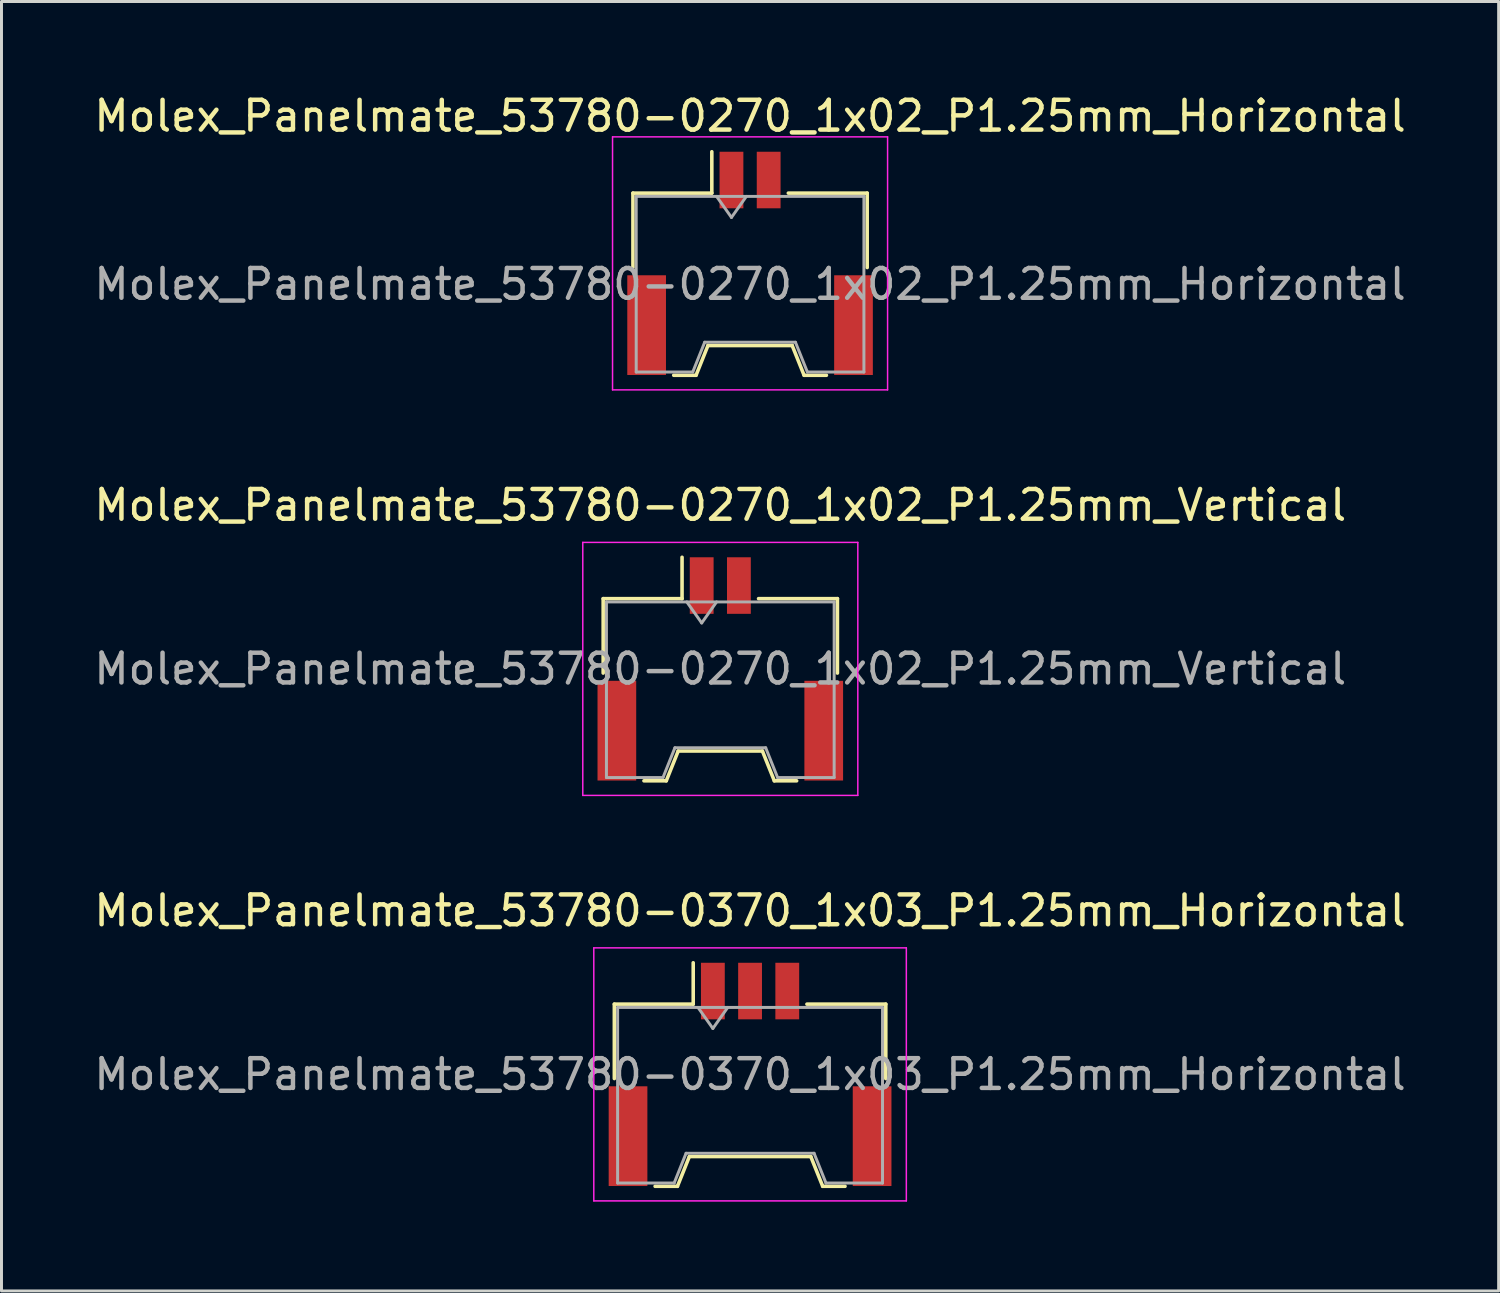
<source format=kicad_pcb>
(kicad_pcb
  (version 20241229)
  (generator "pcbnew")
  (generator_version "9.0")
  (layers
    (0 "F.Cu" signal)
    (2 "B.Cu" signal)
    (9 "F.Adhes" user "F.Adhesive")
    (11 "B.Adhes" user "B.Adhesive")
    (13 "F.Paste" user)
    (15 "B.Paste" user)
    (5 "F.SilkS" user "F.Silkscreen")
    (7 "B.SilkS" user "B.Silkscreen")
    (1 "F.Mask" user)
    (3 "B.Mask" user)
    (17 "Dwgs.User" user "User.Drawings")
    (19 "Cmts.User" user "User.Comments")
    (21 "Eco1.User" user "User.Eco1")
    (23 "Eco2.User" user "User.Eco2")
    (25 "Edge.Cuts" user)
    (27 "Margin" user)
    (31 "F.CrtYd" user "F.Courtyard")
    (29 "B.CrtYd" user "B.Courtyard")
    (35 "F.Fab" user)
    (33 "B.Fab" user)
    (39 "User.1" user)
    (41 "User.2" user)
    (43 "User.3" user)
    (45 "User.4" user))
  (footprint "Molex_Panelmate_53780-0270_1x02_P1.25mm_Horizontal"
    (layer "F.Cu")
    (at 22.149 5.798)
    (property "Reference" "Molex_Panelmate_53780-0270_1x02_P1.25mm_Horizontal" (at 0 -4.95 0) (layer "F.SilkS") (effects (font (size 1 1) (thickness 0.15))))
    (attr smd)
    (fp_line (start -3.935 -2.36) (end -1.285 -2.36) (stroke (width 0.12) (type solid)) (layer "F.SilkS"))
    (fp_line (start -3.935 0.14) (end -3.935 -2.36) (stroke (width 0.12) (type solid)) (layer "F.SilkS"))
    (fp_line (start -2.565 3.76) (end -1.815 3.76) (stroke (width 0.12) (type solid)) (layer "F.SilkS"))
    (fp_line (start -1.815 3.76) (end -1.415 2.76) (stroke (width 0.12) (type solid)) (layer "F.SilkS"))
    (fp_line (start -1.415 2.76) (end 1.415 2.76) (stroke (width 0.12) (type solid)) (layer "F.SilkS"))
    (fp_line (start -1.285 -2.36) (end -1.285 -3.75) (stroke (width 0.12) (type solid)) (layer "F.SilkS"))
    (fp_line (start 1.415 2.76) (end 1.815 3.76) (stroke (width 0.12) (type solid)) (layer "F.SilkS"))
    (fp_line (start 1.815 3.76) (end 2.565 3.76) (stroke (width 0.12) (type solid)) (layer "F.SilkS"))
    (fp_line (start 3.935 -2.36) (end 1.285 -2.36) (stroke (width 0.12) (type solid)) (layer "F.SilkS"))
    (fp_line (start 3.935 0.14) (end 3.935 -2.36) (stroke (width 0.12) (type solid)) (layer "F.SilkS"))
    (fp_line (start -4.62 -4.25) (end -4.62 4.25) (stroke (width 0.05) (type solid)) (layer "F.CrtYd"))
    (fp_line (start -4.62 4.25) (end 4.62 4.25) (stroke (width 0.05) (type solid)) (layer "F.CrtYd"))
    (fp_line (start 4.62 -4.25) (end -4.62 -4.25) (stroke (width 0.05) (type solid)) (layer "F.CrtYd"))
    (fp_line (start 4.62 4.25) (end 4.62 -4.25) (stroke (width 0.05) (type solid)) (layer "F.CrtYd"))
    (fp_line (start -3.825 -2.25) (end -3.825 3.65) (stroke (width 0.1) (type solid)) (layer "F.Fab"))
    (fp_line (start -3.825 -2.25) (end 3.825 -2.25) (stroke (width 0.1) (type solid)) (layer "F.Fab"))
    (fp_line (start -3.825 3.65) (end -1.925 3.65) (stroke (width 0.1) (type solid)) (layer "F.Fab"))
    (fp_line (start -1.925 3.65) (end -1.525 2.65) (stroke (width 0.1) (type solid)) (layer "F.Fab"))
    (fp_line (start -1.525 2.65) (end 1.525 2.65) (stroke (width 0.1) (type solid)) (layer "F.Fab"))
    (fp_line (start -1.125 -2.25) (end -0.625 -1.543) (stroke (width 0.1) (type solid)) (layer "F.Fab"))
    (fp_line (start -0.625 -1.543) (end -0.125 -2.25) (stroke (width 0.1) (type solid)) (layer "F.Fab"))
    (fp_line (start 1.525 2.65) (end 1.925 3.65) (stroke (width 0.1) (type solid)) (layer "F.Fab"))
    (fp_line (start 1.925 3.65) (end 3.825 3.65) (stroke (width 0.1) (type solid)) (layer "F.Fab"))
    (fp_line (start 3.825 -2.25) (end 3.825 3.65) (stroke (width 0.1) (type solid)) (layer "F.Fab"))
    (fp_text user "${REFERENCE}" (at 0 0.7 0) (layer "F.Fab") (effects (font (size 1 1) (thickness 0.15))))
    (pad "" smd rect (at -3.475 2.075) (size 1.3 3.35) (layers "F.Cu" "F.Mask" "F.Paste"))
    (pad "" smd rect (at 3.475 2.075) (size 1.3 3.35) (layers "F.Cu" "F.Mask" "F.Paste"))
    (pad "1" smd rect (at -0.625 -2.8) (size 0.8 1.9) (layers "F.Cu" "F.Mask" "F.Paste"))
    (pad "2" smd rect (at 0.625 -2.8) (size 0.8 1.9) (layers "F.Cu" "F.Mask" "F.Paste")))
  (footprint "Molex_Panelmate_53780-0270_1x02_P1.25mm_Vertical"
    (layer "F.Cu")
    (at 21.149 19.422)
    (property "Reference" "Molex_Panelmate_53780-0270_1x02_P1.25mm_Vertical" (at 0 -5.5 0) (layer "F.SilkS") (effects (font (size 1 1) (thickness 0.15))))
    (attr smd)
    (fp_line (start -3.935 -2.36) (end -1.285 -2.36) (stroke (width 0.12) (type solid)) (layer "F.SilkS"))
    (fp_line (start -3.935 0.14) (end -3.935 -2.36) (stroke (width 0.12) (type solid)) (layer "F.SilkS"))
    (fp_line (start -2.565 3.76) (end -1.815 3.76) (stroke (width 0.12) (type solid)) (layer "F.SilkS"))
    (fp_line (start -1.815 3.76) (end -1.415 2.76) (stroke (width 0.12) (type solid)) (layer "F.SilkS"))
    (fp_line (start -1.415 2.76) (end 1.415 2.76) (stroke (width 0.12) (type solid)) (layer "F.SilkS"))
    (fp_line (start -1.285 -2.36) (end -1.285 -3.75) (stroke (width 0.12) (type solid)) (layer "F.SilkS"))
    (fp_line (start 1.415 2.76) (end 1.815 3.76) (stroke (width 0.12) (type solid)) (layer "F.SilkS"))
    (fp_line (start 1.815 3.76) (end 2.565 3.76) (stroke (width 0.12) (type solid)) (layer "F.SilkS"))
    (fp_line (start 3.935 -2.36) (end 1.285 -2.36) (stroke (width 0.12) (type solid)) (layer "F.SilkS"))
    (fp_line (start 3.935 0.14) (end 3.935 -2.36) (stroke (width 0.12) (type solid)) (layer "F.SilkS"))
    (fp_line (start -4.62 -4.25) (end -4.62 4.25) (stroke (width 0.05) (type solid)) (layer "F.CrtYd"))
    (fp_line (start -4.62 4.25) (end 4.62 4.25) (stroke (width 0.05) (type solid)) (layer "F.CrtYd"))
    (fp_line (start 4.62 -4.25) (end -4.62 -4.25) (stroke (width 0.05) (type solid)) (layer "F.CrtYd"))
    (fp_line (start 4.62 4.25) (end 4.62 -4.25) (stroke (width 0.05) (type solid)) (layer "F.CrtYd"))
    (fp_line (start -3.825 -2.25) (end -3.825 3.65) (stroke (width 0.1) (type solid)) (layer "F.Fab"))
    (fp_line (start -3.825 -2.25) (end 3.825 -2.25) (stroke (width 0.1) (type solid)) (layer "F.Fab"))
    (fp_line (start -3.825 3.65) (end -1.925 3.65) (stroke (width 0.1) (type solid)) (layer "F.Fab"))
    (fp_line (start -1.925 3.65) (end -1.525 2.65) (stroke (width 0.1) (type solid)) (layer "F.Fab"))
    (fp_line (start -1.525 2.65) (end 1.525 2.65) (stroke (width 0.1) (type solid)) (layer "F.Fab"))
    (fp_line (start -1.125 -2.25) (end -0.625 -1.543) (stroke (width 0.1) (type solid)) (layer "F.Fab"))
    (fp_line (start -0.625 -1.543) (end -0.125 -2.25) (stroke (width 0.1) (type solid)) (layer "F.Fab"))
    (fp_line (start 1.525 2.65) (end 1.925 3.65) (stroke (width 0.1) (type solid)) (layer "F.Fab"))
    (fp_line (start 1.925 3.65) (end 3.825 3.65) (stroke (width 0.1) (type solid)) (layer "F.Fab"))
    (fp_line (start 3.825 -2.25) (end 3.825 3.65) (stroke (width 0.1) (type solid)) (layer "F.Fab"))
    (fp_text user "${REFERENCE}" (at 0 0 0) (layer "F.Fab") (effects (font (size 1 1) (thickness 0.15))))
    (pad "" smd rect (at -3.475 2.075) (size 1.3 3.35) (layers "F.Cu" "F.Mask" "F.Paste"))
    (pad "" smd rect (at 3.475 2.075) (size 1.3 3.35) (layers "F.Cu" "F.Mask" "F.Paste"))
    (pad "1" smd rect (at -0.625 -2.8) (size 0.8 1.9) (layers "F.Cu" "F.Mask" "F.Paste"))
    (pad "2" smd rect (at 0.625 -2.8) (size 0.8 1.9) (layers "F.Cu" "F.Mask" "F.Paste")))
  (footprint "Molex_Panelmate_53780-0370_1x03_P1.25mm_Horizontal"
    (layer "F.Cu")
    (at 22.149 33.045)
    (property "Reference" "Molex_Panelmate_53780-0370_1x03_P1.25mm_Horizontal" (at 0 -5.5 0) (layer "F.SilkS") (effects (font (size 1 1) (thickness 0.15))))
    (attr smd)
    (fp_line (start -4.56 -2.36) (end -1.91 -2.36) (stroke (width 0.12) (type solid)) (layer "F.SilkS"))
    (fp_line (start -4.56 0.14) (end -4.56 -2.36) (stroke (width 0.12) (type solid)) (layer "F.SilkS"))
    (fp_line (start -3.19 3.76) (end -2.44 3.76) (stroke (width 0.12) (type solid)) (layer "F.SilkS"))
    (fp_line (start -2.44 3.76) (end -2.04 2.76) (stroke (width 0.12) (type solid)) (layer "F.SilkS"))
    (fp_line (start -2.04 2.76) (end 2.04 2.76) (stroke (width 0.12) (type solid)) (layer "F.SilkS"))
    (fp_line (start -1.91 -2.36) (end -1.91 -3.75) (stroke (width 0.12) (type solid)) (layer "F.SilkS"))
    (fp_line (start 2.04 2.76) (end 2.44 3.76) (stroke (width 0.12) (type solid)) (layer "F.SilkS"))
    (fp_line (start 2.44 3.76) (end 3.19 3.76) (stroke (width 0.12) (type solid)) (layer "F.SilkS"))
    (fp_line (start 4.56 -2.36) (end 1.91 -2.36) (stroke (width 0.12) (type solid)) (layer "F.SilkS"))
    (fp_line (start 4.56 0.14) (end 4.56 -2.36) (stroke (width 0.12) (type solid)) (layer "F.SilkS"))
    (fp_line (start -5.25 -4.25) (end -5.25 4.25) (stroke (width 0.05) (type solid)) (layer "F.CrtYd"))
    (fp_line (start -5.25 4.25) (end 5.25 4.25) (stroke (width 0.05) (type solid)) (layer "F.CrtYd"))
    (fp_line (start 5.25 -4.25) (end -5.25 -4.25) (stroke (width 0.05) (type solid)) (layer "F.CrtYd"))
    (fp_line (start 5.25 4.25) (end 5.25 -4.25) (stroke (width 0.05) (type solid)) (layer "F.CrtYd"))
    (fp_line (start -4.45 -2.25) (end -4.45 3.65) (stroke (width 0.1) (type solid)) (layer "F.Fab"))
    (fp_line (start -4.45 -2.25) (end 4.45 -2.25) (stroke (width 0.1) (type solid)) (layer "F.Fab"))
    (fp_line (start -4.45 3.65) (end -2.55 3.65) (stroke (width 0.1) (type solid)) (layer "F.Fab"))
    (fp_line (start -2.55 3.65) (end -2.15 2.65) (stroke (width 0.1) (type solid)) (layer "F.Fab"))
    (fp_line (start -2.15 2.65) (end 2.15 2.65) (stroke (width 0.1) (type solid)) (layer "F.Fab"))
    (fp_line (start -1.75 -2.25) (end -1.25 -1.543) (stroke (width 0.1) (type solid)) (layer "F.Fab"))
    (fp_line (start -1.25 -1.543) (end -0.75 -2.25) (stroke (width 0.1) (type solid)) (layer "F.Fab"))
    (fp_line (start 2.15 2.65) (end 2.55 3.65) (stroke (width 0.1) (type solid)) (layer "F.Fab"))
    (fp_line (start 2.55 3.65) (end 4.45 3.65) (stroke (width 0.1) (type solid)) (layer "F.Fab"))
    (fp_line (start 4.45 -2.25) (end 4.45 3.65) (stroke (width 0.1) (type solid)) (layer "F.Fab"))
    (fp_text user "${REFERENCE}" (at 0 0 0) (layer "F.Fab") (effects (font (size 1 1) (thickness 0.15))))
    (pad "" smd rect (at -4.1 2.075) (size 1.3 3.35) (layers "F.Cu" "F.Mask" "F.Paste"))
    (pad "" smd rect (at 4.1 2.075) (size 1.3 3.35) (layers "F.Cu" "F.Mask" "F.Paste"))
    (pad "1" smd rect (at -1.25 -2.8) (size 0.8 1.9) (layers "F.Cu" "F.Mask" "F.Paste"))
    (pad "2" smd rect (at 0 -2.8) (size 0.8 1.9) (layers "F.Cu" "F.Mask" "F.Paste"))
    (pad "3" smd rect (at 1.25 -2.8) (size 0.8 1.9) (layers "F.Cu" "F.Mask" "F.Paste")))
  (gr_rect
    (start -3 -3)
    (end 47.298 40.32)
    (stroke (width 0.1) (type default))
    (fill no)
    (layer "Edge.Cuts")))
</source>
